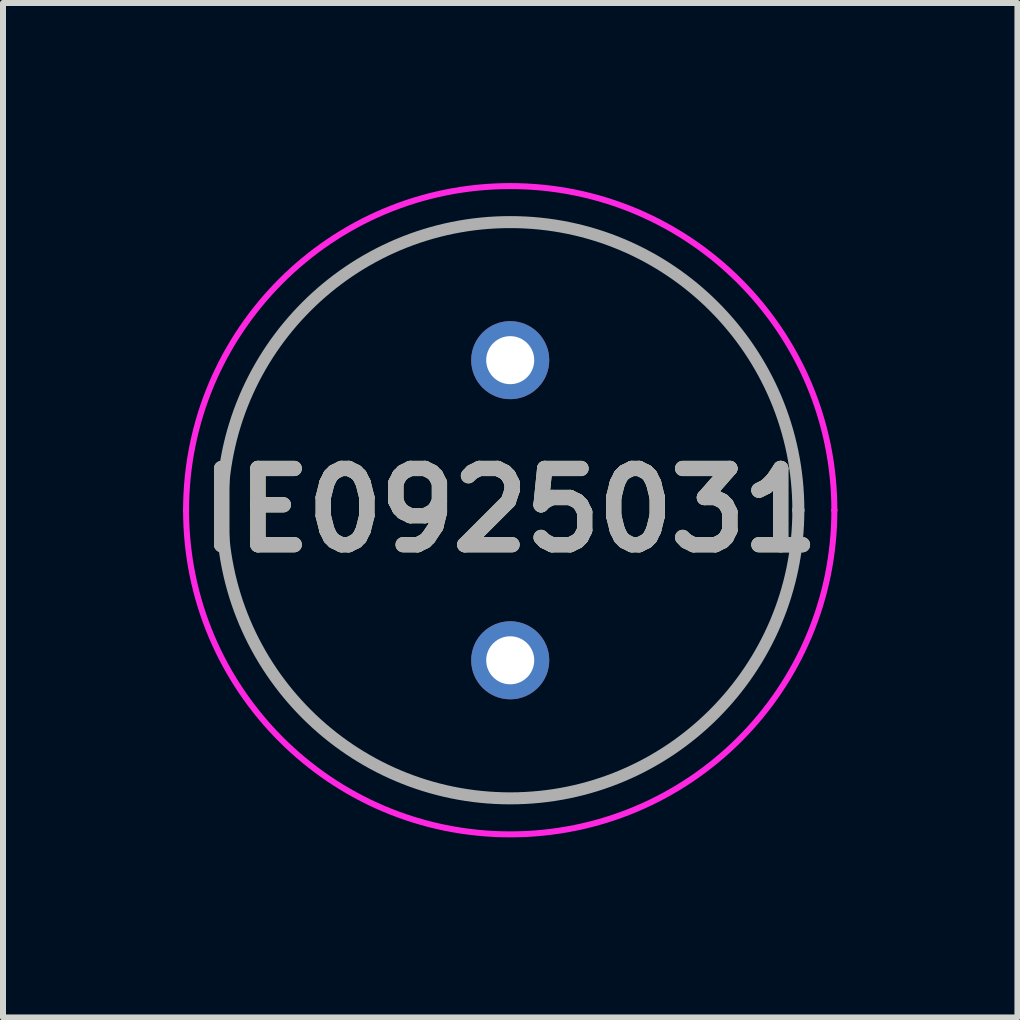
<source format=kicad_pcb>
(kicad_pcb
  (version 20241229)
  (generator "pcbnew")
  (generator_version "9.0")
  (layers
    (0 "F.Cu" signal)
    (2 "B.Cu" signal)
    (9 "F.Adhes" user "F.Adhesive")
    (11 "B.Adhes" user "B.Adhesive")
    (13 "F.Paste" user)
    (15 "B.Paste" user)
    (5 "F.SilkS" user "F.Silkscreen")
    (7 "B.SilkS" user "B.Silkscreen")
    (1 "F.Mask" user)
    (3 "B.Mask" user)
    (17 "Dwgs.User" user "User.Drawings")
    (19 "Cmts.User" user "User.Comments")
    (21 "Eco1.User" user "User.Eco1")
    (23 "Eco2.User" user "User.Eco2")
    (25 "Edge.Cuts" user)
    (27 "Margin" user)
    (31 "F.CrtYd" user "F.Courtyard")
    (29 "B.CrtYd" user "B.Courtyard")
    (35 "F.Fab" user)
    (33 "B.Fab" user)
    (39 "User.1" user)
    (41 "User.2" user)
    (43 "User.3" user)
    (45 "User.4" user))
  (footprint "IE0925031"
    (layer "F.Cu")
    (at 5.45 7.95)
    (property "Reference" "IE0925031" (at 0 -2.5 0) (layer "F.SilkS") (effects (font (size 1.27 1.27) (thickness 0.254))))
    (attr through_hole)
    (fp_line (start -4.8 -2.5) (end -4.8 -2.5) (stroke (width 0.1) (type solid)) (layer "F.SilkS"))
    (fp_line (start 4.8 -2.5) (end 4.8 -2.5) (stroke (width 0.1) (type solid)) (layer "F.SilkS"))
    (fp_arc (start -4.8 -2.5) (mid 0 -7.3) (end 4.8 -2.5) (stroke (width 0.1) (type solid)) (layer "F.SilkS"))
    (fp_arc (start 4.8 -2.5) (mid 0 2.3) (end -4.8 -2.5) (stroke (width 0.1) (type solid)) (layer "F.SilkS"))
    (fp_line (start -5.4 -2.5) (end -5.4 -2.5) (stroke (width 0.1) (type solid)) (layer "F.CrtYd"))
    (fp_line (start 5.4 -2.5) (end 5.4 -2.5) (stroke (width 0.1) (type solid)) (layer "F.CrtYd"))
    (fp_arc (start -5.4 -2.5) (mid 0 -7.9) (end 5.4 -2.5) (stroke (width 0.1) (type solid)) (layer "F.CrtYd"))
    (fp_arc (start 5.4 -2.5) (mid 0 2.9) (end -5.4 -2.5) (stroke (width 0.1) (type solid)) (layer "F.CrtYd"))
    (fp_line (start -4.8 -2.5) (end -4.8 -2.5) (stroke (width 0.2) (type solid)) (layer "F.Fab"))
    (fp_line (start 4.8 -2.5) (end 4.8 -2.5) (stroke (width 0.2) (type solid)) (layer "F.Fab"))
    (fp_arc (start -4.8 -2.5) (mid 0 -7.3) (end 4.8 -2.5) (stroke (width 0.2) (type solid)) (layer "F.Fab"))
    (fp_arc (start 4.8 -2.5) (mid 0 2.3) (end -4.8 -2.5) (stroke (width 0.2) (type solid)) (layer "F.Fab"))
    (fp_text user "${REFERENCE}" (at 0 -2.5 0) (layer "F.Fab") (effects (font (size 1.27 1.27) (thickness 0.254))))
    (pad "1" thru_hole circle (at 0 0) (size 1.3 1.3) (drill 0.8) (layers "*.Cu" "*.Mask"))
    (pad "2" thru_hole circle (at 0 -5) (size 1.3 1.3) (drill 0.8) (layers "*.Cu" "*.Mask")))
  (gr_rect
    (start -3 -3)
    (end 13.9 13.9)
    (stroke (width 0.1) (type default))
    (fill no)
    (layer "Edge.Cuts")))
</source>
